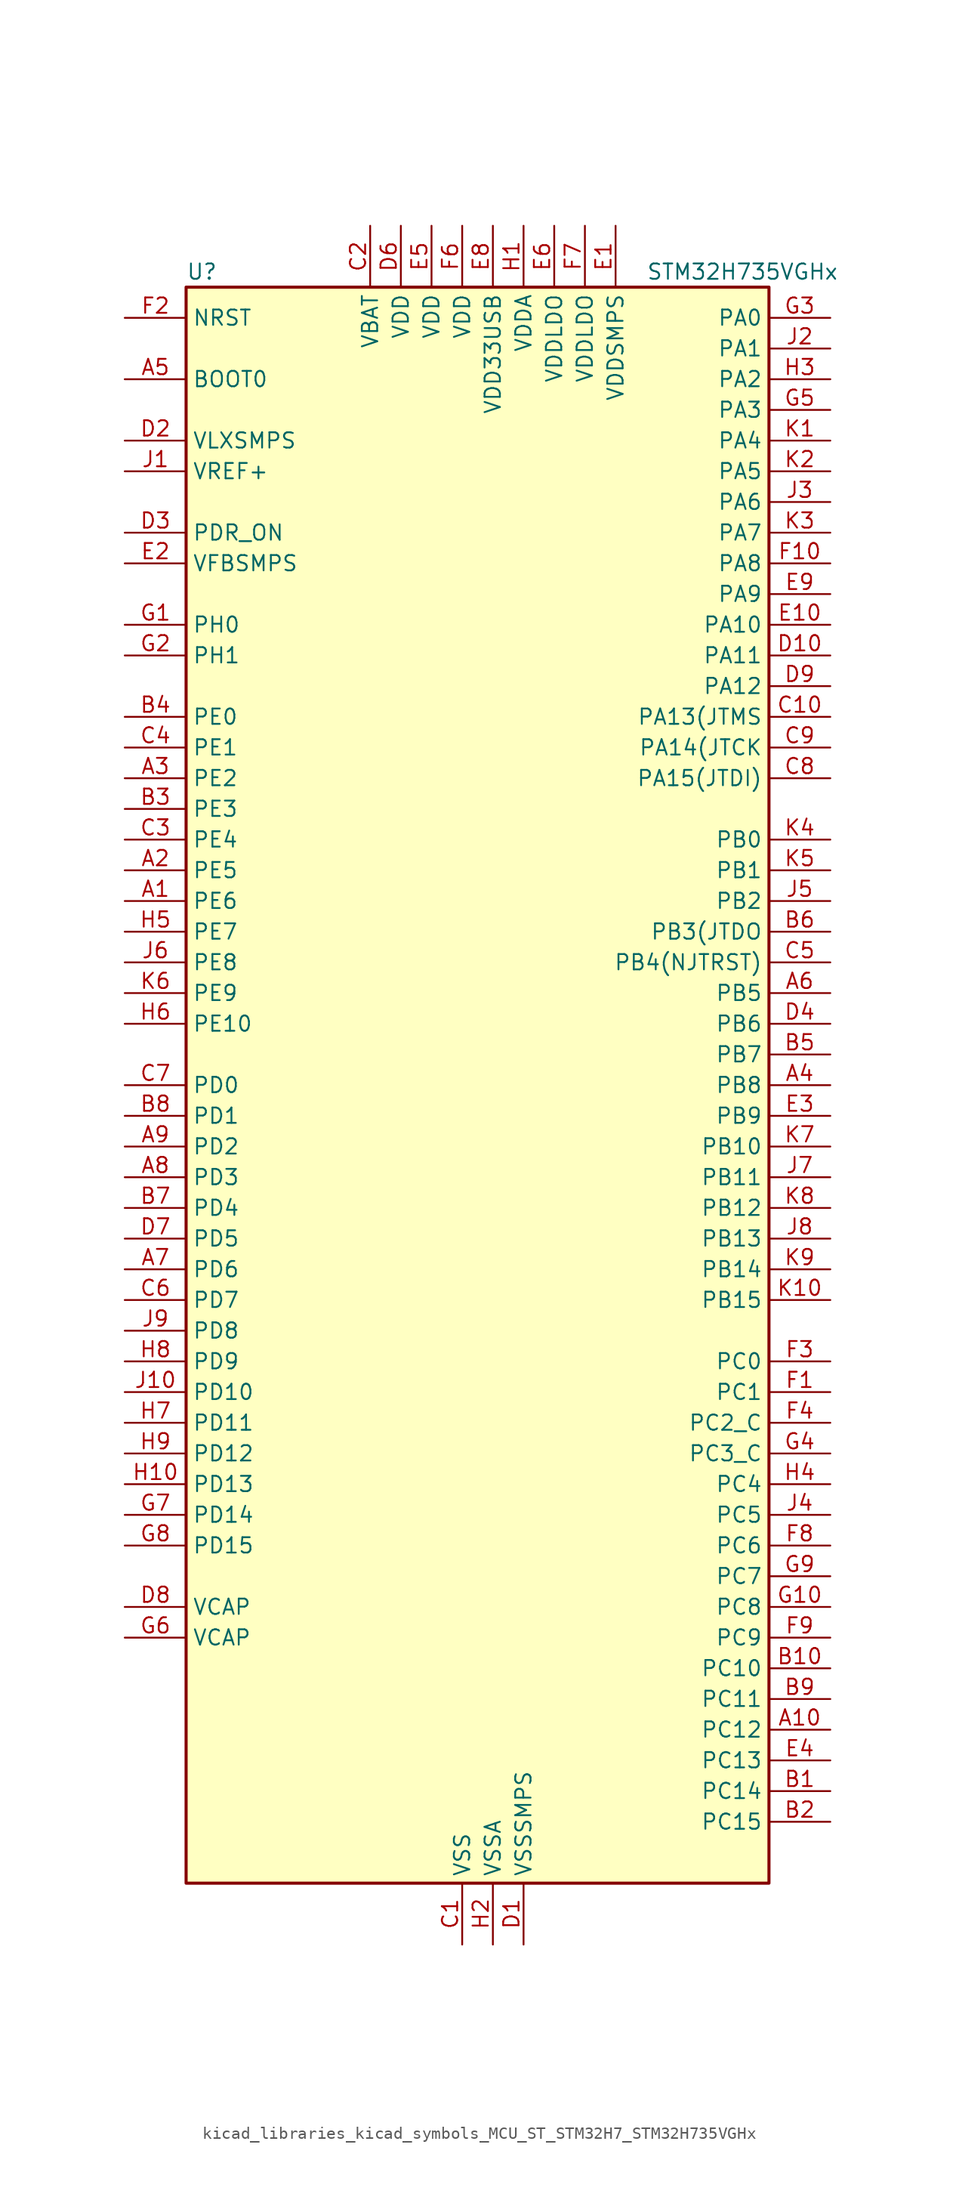
<source format=kicad_sym>
(kicad_symbol_lib
  (version 20220914)
  (generator kicad_symbol_editor)
  (symbol "kicad_libraries_kicad_symbols_MCU_ST_STM32H7_STM32H735VGHx"
    (property "Reference" "U"
      (at -22.86 67.31 0)
      (effects (font (size 1.27 1.27)) (justify left)))
    (property "Value" "STM32H735VGHx"
      (at 15.24 67.31 0)
      (effects (font (size 1.27 1.27)) (justify left)))
    (property "ki_locked" ""
      (at 0 0 0)
      (effects (font (size 1.27 1.27))))
    (symbol "kicad_libraries_kicad_symbols_MCU_ST_STM32H7_STM32H735VGHx_0_1"
      (rectangle (start -22.86 -66.04) (end 25.4 66.04) (stroke (width 0.254) (type default)) (fill (type background))))
    (symbol "kicad_libraries_kicad_symbols_MCU_ST_STM32H7_STM32H735VGHx_1_1"
      (pin bidirectional line (at -27.94 15.24 0) (length 5.08) (name "PE6" (effects (font (size 1.27 1.27)))) (number "A1" (effects (font (size 1.27 1.27)))) (alternate "DCMI_D7" bidirectional line) (alternate "DEBUG_TRACED3" bidirectional line) (alternate "FMC_A22" bidirectional line) (alternate "LTDC_G1" bidirectional line) (alternate "PSSI_D7" bidirectional line) (alternate "SAI1_D1" bidirectional line) (alternate "SAI1_SD_A" bidirectional line) (alternate "SAI4_D1" bidirectional line) (alternate "SAI4_MCLK_B" bidirectional line) (alternate "SAI4_SD_A" bidirectional line) (alternate "SPI4_MOSI" bidirectional line) (alternate "TIM15_CH2" bidirectional line) (alternate "TIM1_BKIN2" bidirectional line) (alternate "TIM1_BKIN2_COMP1" bidirectional line) (alternate "TIM1_BKIN2_COMP2" bidirectional line))
      (pin bidirectional line (at 30.48 -53.34 180) (length 5.08) (name "PC12" (effects (font (size 1.27 1.27)))) (number "A10" (effects (font (size 1.27 1.27)))) (alternate "DCMI_D9" bidirectional line) (alternate "DEBUG_TRACED3" bidirectional line) (alternate "FMC_D6" bidirectional line) (alternate "FMC_DA6" bidirectional line) (alternate "I2C5_SMBA" bidirectional line) (alternate "I2S3_SDO" bidirectional line) (alternate "I2S6_CK" bidirectional line) (alternate "LTDC_R6" bidirectional line) (alternate "PSSI_D9" bidirectional line) (alternate "SDMMC1_CK" bidirectional line) (alternate "SPI3_MOSI" bidirectional line) (alternate "SPI6_SCK" bidirectional line) (alternate "TIM15_CH1" bidirectional line) (alternate "UART5_TX" bidirectional line) (alternate "USART3_CK" bidirectional line))
      (pin bidirectional line (at -27.94 17.78 0) (length 5.08) (name "PE5" (effects (font (size 1.27 1.27)))) (number "A2" (effects (font (size 1.27 1.27)))) (alternate "DCMI_D6" bidirectional line) (alternate "DEBUG_TRACED2" bidirectional line) (alternate "DFSDM1_CKIN3" bidirectional line) (alternate "FMC_A21" bidirectional line) (alternate "LTDC_G0" bidirectional line) (alternate "PSSI_D6" bidirectional line) (alternate "SAI1_CK2" bidirectional line) (alternate "SAI1_SCK_A" bidirectional line) (alternate "SAI4_CK2" bidirectional line) (alternate "SAI4_SCK_A" bidirectional line) (alternate "SPI4_MISO" bidirectional line) (alternate "TIM15_CH1" bidirectional line))
      (pin bidirectional line (at -27.94 25.4 0) (length 5.08) (name "PE2" (effects (font (size 1.27 1.27)))) (number "A3" (effects (font (size 1.27 1.27)))) (alternate "DEBUG_TRACECLK" bidirectional line) (alternate "ETH_TXD3" bidirectional line) (alternate "FMC_A23" bidirectional line) (alternate "OCTOSPIM_P1_IO2" bidirectional line) (alternate "SAI1_CK1" bidirectional line) (alternate "SAI1_MCLK_A" bidirectional line) (alternate "SAI4_CK1" bidirectional line) (alternate "SAI4_MCLK_A" bidirectional line) (alternate "SPI4_SCK" bidirectional line) (alternate "USART10_RX" bidirectional line))
      (pin bidirectional line (at 30.48 0 180) (length 5.08) (name "PB8" (effects (font (size 1.27 1.27)))) (number "A4" (effects (font (size 1.27 1.27)))) (alternate "DCMI_D6" bidirectional line) (alternate "DFSDM1_CKIN7" bidirectional line) (alternate "ETH_TXD3" bidirectional line) (alternate "FDCAN1_RX" bidirectional line) (alternate "I2C1_SCL" bidirectional line) (alternate "I2C4_SCL" bidirectional line) (alternate "LTDC_B6" bidirectional line) (alternate "PSSI_D6" bidirectional line) (alternate "SDMMC1_CKIN" bidirectional line) (alternate "SDMMC1_D4" bidirectional line) (alternate "SDMMC2_D4" bidirectional line) (alternate "TIM16_CH1" bidirectional line) (alternate "TIM4_CH3" bidirectional line) (alternate "UART4_RX" bidirectional line))
      (pin input line (at -27.94 58.42 0) (length 5.08) (name "BOOT0" (effects (font (size 1.27 1.27)))) (number "A5" (effects (font (size 1.27 1.27)))))
      (pin bidirectional line (at 30.48 7.62 180) (length 5.08) (name "PB5" (effects (font (size 1.27 1.27)))) (number "A6" (effects (font (size 1.27 1.27)))) (alternate "DCMI_D10" bidirectional line) (alternate "ETH_PPS_OUT" bidirectional line) (alternate "FDCAN2_RX" bidirectional line) (alternate "FMC_SDCKE1" bidirectional line) (alternate "I2C1_SMBA" bidirectional line) (alternate "I2C4_SMBA" bidirectional line) (alternate "I2S1_SDO" bidirectional line) (alternate "I2S3_SDO" bidirectional line) (alternate "I2S6_SDO" bidirectional line) (alternate "LTDC_B5" bidirectional line) (alternate "PSSI_D10" bidirectional line) (alternate "SPI1_MOSI" bidirectional line) (alternate "SPI3_MOSI" bidirectional line) (alternate "SPI6_MOSI" bidirectional line) (alternate "TIM17_BKIN" bidirectional line) (alternate "TIM3_CH2" bidirectional line) (alternate "UART5_RX" bidirectional line) (alternate "USB_OTG_HS_ULPI_D7" bidirectional line))
      (pin bidirectional line (at -27.94 -15.24 0) (length 5.08) (name "PD6" (effects (font (size 1.27 1.27)))) (number "A7" (effects (font (size 1.27 1.27)))) (alternate "DCMI_D10" bidirectional line) (alternate "DFSDM1_CKIN4" bidirectional line) (alternate "DFSDM1_DATIN1" bidirectional line) (alternate "FMC_NWAIT" bidirectional line) (alternate "I2S3_SDO" bidirectional line) (alternate "LTDC_B2" bidirectional line) (alternate "OCTOSPIM_P1_IO6" bidirectional line) (alternate "PSSI_D10" bidirectional line) (alternate "SAI1_D1" bidirectional line) (alternate "SAI1_SD_A" bidirectional line) (alternate "SAI4_D1" bidirectional line) (alternate "SAI4_SD_A" bidirectional line) (alternate "SDMMC2_CK" bidirectional line) (alternate "SPI3_MOSI" bidirectional line) (alternate "USART2_RX" bidirectional line))
      (pin bidirectional line (at -27.94 -7.62 0) (length 5.08) (name "PD3" (effects (font (size 1.27 1.27)))) (number "A8" (effects (font (size 1.27 1.27)))) (alternate "DCMI_D5" bidirectional line) (alternate "DFSDM1_CKOUT" bidirectional line) (alternate "FMC_CLK" bidirectional line) (alternate "I2S2_CK" bidirectional line) (alternate "LTDC_G7" bidirectional line) (alternate "PSSI_D5" bidirectional line) (alternate "SPI2_SCK" bidirectional line) (alternate "USART2_CTS" bidirectional line) (alternate "USART2_NSS" bidirectional line))
      (pin bidirectional line (at -27.94 -5.08 0) (length 5.08) (name "PD2" (effects (font (size 1.27 1.27)))) (number "A9" (effects (font (size 1.27 1.27)))) (alternate "DCMI_D11" bidirectional line) (alternate "DEBUG_TRACED2" bidirectional line) (alternate "FMC_D7" bidirectional line) (alternate "FMC_DA7" bidirectional line) (alternate "LTDC_B2" bidirectional line) (alternate "LTDC_B7" bidirectional line) (alternate "PSSI_D11" bidirectional line) (alternate "SDMMC1_CMD" bidirectional line) (alternate "TIM15_BKIN" bidirectional line) (alternate "TIM3_ETR" bidirectional line) (alternate "UART5_RX" bidirectional line))
      (pin bidirectional line (at 30.48 -58.42 180) (length 5.08) (name "PC14" (effects (font (size 1.27 1.27)))) (number "B1" (effects (font (size 1.27 1.27)))) (alternate "RCC_OSC32_IN" bidirectional line))
      (pin bidirectional line (at 30.48 -48.26 180) (length 5.08) (name "PC10" (effects (font (size 1.27 1.27)))) (number "B10" (effects (font (size 1.27 1.27)))) (alternate "DCMI_D8" bidirectional line) (alternate "DFSDM1_CKIN5" bidirectional line) (alternate "I2C5_SDA" bidirectional line) (alternate "I2S3_CK" bidirectional line) (alternate "LTDC_B1" bidirectional line) (alternate "LTDC_R2" bidirectional line) (alternate "OCTOSPIM_P1_IO1" bidirectional line) (alternate "PSSI_D8" bidirectional line) (alternate "SDMMC1_D2" bidirectional line) (alternate "SPI3_SCK" bidirectional line) (alternate "SWPMI1_RX" bidirectional line) (alternate "UART4_TX" bidirectional line) (alternate "USART3_TX" bidirectional line))
      (pin bidirectional line (at 30.48 -60.96 180) (length 5.08) (name "PC15" (effects (font (size 1.27 1.27)))) (number "B2" (effects (font (size 1.27 1.27)))) (alternate "ADC1_EXTI15" bidirectional line) (alternate "ADC2_EXTI15" bidirectional line) (alternate "ADC3_EXTI15" bidirectional line) (alternate "RCC_OSC32_OUT" bidirectional line))
      (pin bidirectional line (at -27.94 22.86 0) (length 5.08) (name "PE3" (effects (font (size 1.27 1.27)))) (number "B3" (effects (font (size 1.27 1.27)))) (alternate "DEBUG_TRACED0" bidirectional line) (alternate "FMC_A19" bidirectional line) (alternate "SAI1_SD_B" bidirectional line) (alternate "SAI4_SD_B" bidirectional line) (alternate "TIM15_BKIN" bidirectional line) (alternate "USART10_TX" bidirectional line))
      (pin bidirectional line (at -27.94 30.48 0) (length 5.08) (name "PE0" (effects (font (size 1.27 1.27)))) (number "B4" (effects (font (size 1.27 1.27)))) (alternate "DCMI_D2" bidirectional line) (alternate "FMC_NBL0" bidirectional line) (alternate "LPTIM1_ETR" bidirectional line) (alternate "LPTIM2_ETR" bidirectional line) (alternate "LTDC_R0" bidirectional line) (alternate "PSSI_D2" bidirectional line) (alternate "SAI4_MCLK_A" bidirectional line) (alternate "TIM4_ETR" bidirectional line) (alternate "UART8_RX" bidirectional line))
      (pin bidirectional line (at 30.48 2.54 180) (length 5.08) (name "PB7" (effects (font (size 1.27 1.27)))) (number "B5" (effects (font (size 1.27 1.27)))) (alternate "DCMI_VSYNC" bidirectional line) (alternate "DFSDM1_CKIN5" bidirectional line) (alternate "FMC_NL" bidirectional line) (alternate "I2C1_SDA" bidirectional line) (alternate "I2C4_SDA" bidirectional line) (alternate "LPUART1_RX" bidirectional line) (alternate "PSSI_RDY" bidirectional line) (alternate "PWR_PVD_IN" bidirectional line) (alternate "TIM17_CH1N" bidirectional line) (alternate "TIM4_CH2" bidirectional line) (alternate "USART1_RX" bidirectional line))
      (pin bidirectional line (at 30.48 12.7 180) (length 5.08) (name "PB3(JTDO" (effects (font (size 1.27 1.27)))) (number "B6" (effects (font (size 1.27 1.27)))) (alternate "CRS_SYNC" bidirectional line) (alternate "DEBUG_JTDO-SWO" bidirectional line) (alternate "I2S1_CK" bidirectional line) (alternate "I2S3_CK" bidirectional line) (alternate "I2S6_CK" bidirectional line) (alternate "SDMMC2_D2" bidirectional line) (alternate "SPI1_SCK" bidirectional line) (alternate "SPI3_SCK" bidirectional line) (alternate "SPI6_SCK" bidirectional line) (alternate "TIM24_ETR" bidirectional line) (alternate "TIM2_CH2" bidirectional line) (alternate "UART7_RX" bidirectional line))
      (pin bidirectional line (at -27.94 -10.16 0) (length 5.08) (name "PD4" (effects (font (size 1.27 1.27)))) (number "B7" (effects (font (size 1.27 1.27)))) (alternate "FMC_NOE" bidirectional line) (alternate "OCTOSPIM_P1_IO4" bidirectional line) (alternate "USART2_DE" bidirectional line) (alternate "USART2_RTS" bidirectional line))
      (pin bidirectional line (at -27.94 -2.54 0) (length 5.08) (name "PD1" (effects (font (size 1.27 1.27)))) (number "B8" (effects (font (size 1.27 1.27)))) (alternate "DFSDM1_DATIN6" bidirectional line) (alternate "FDCAN1_TX" bidirectional line) (alternate "FMC_D3" bidirectional line) (alternate "FMC_DA3" bidirectional line) (alternate "UART4_TX" bidirectional line))
      (pin bidirectional line (at 30.48 -50.8 180) (length 5.08) (name "PC11" (effects (font (size 1.27 1.27)))) (number "B9" (effects (font (size 1.27 1.27)))) (alternate "ADC1_EXTI11" bidirectional line) (alternate "ADC2_EXTI11" bidirectional line) (alternate "ADC3_EXTI11" bidirectional line) (alternate "DCMI_D4" bidirectional line) (alternate "DFSDM1_DATIN5" bidirectional line) (alternate "I2C5_SCL" bidirectional line) (alternate "I2S3_SDI" bidirectional line) (alternate "LTDC_B4" bidirectional line) (alternate "OCTOSPIM_P1_NCS" bidirectional line) (alternate "PSSI_D4" bidirectional line) (alternate "SDMMC1_D3" bidirectional line) (alternate "SPI3_MISO" bidirectional line) (alternate "UART4_RX" bidirectional line) (alternate "USART3_RX" bidirectional line))
      (pin power_in line (at 0 -71.12 90) (length 5.08) (name "VSS" (effects (font (size 1.27 1.27)))) (number "C1" (effects (font (size 1.27 1.27)))))
      (pin bidirectional line (at 30.48 30.48 180) (length 5.08) (name "PA13(JTMS" (effects (font (size 1.27 1.27)))) (number "C10" (effects (font (size 1.27 1.27)))) (alternate "DEBUG_JTMS-SWDIO" bidirectional line))
      (pin power_in line (at -7.62 71.12 270) (length 5.08) (name "VBAT" (effects (font (size 1.27 1.27)))) (number "C2" (effects (font (size 1.27 1.27)))))
      (pin bidirectional line (at -27.94 20.32 0) (length 5.08) (name "PE4" (effects (font (size 1.27 1.27)))) (number "C3" (effects (font (size 1.27 1.27)))) (alternate "DCMI_D4" bidirectional line) (alternate "DEBUG_TRACED1" bidirectional line) (alternate "DFSDM1_DATIN3" bidirectional line) (alternate "FMC_A20" bidirectional line) (alternate "LTDC_B0" bidirectional line) (alternate "PSSI_D4" bidirectional line) (alternate "SAI1_D2" bidirectional line) (alternate "SAI1_FS_A" bidirectional line) (alternate "SAI4_D2" bidirectional line) (alternate "SAI4_FS_A" bidirectional line) (alternate "SPI4_NSS" bidirectional line) (alternate "TIM15_CH1N" bidirectional line))
      (pin bidirectional line (at -27.94 27.94 0) (length 5.08) (name "PE1" (effects (font (size 1.27 1.27)))) (number "C4" (effects (font (size 1.27 1.27)))) (alternate "DCMI_D3" bidirectional line) (alternate "FMC_NBL1" bidirectional line) (alternate "LPTIM1_IN2" bidirectional line) (alternate "LTDC_R6" bidirectional line) (alternate "PSSI_D3" bidirectional line) (alternate "UART8_TX" bidirectional line))
      (pin bidirectional line (at 30.48 10.16 180) (length 5.08) (name "PB4(NJTRST)" (effects (font (size 1.27 1.27)))) (number "C5" (effects (font (size 1.27 1.27)))) (alternate "DEBUG_JTRST" bidirectional line) (alternate "I2S1_SDI" bidirectional line) (alternate "I2S2_WS" bidirectional line) (alternate "I2S3_SDI" bidirectional line) (alternate "I2S6_SDI" bidirectional line) (alternate "SDMMC2_D3" bidirectional line) (alternate "SPI1_MISO" bidirectional line) (alternate "SPI2_NSS" bidirectional line) (alternate "SPI3_MISO" bidirectional line) (alternate "SPI6_MISO" bidirectional line) (alternate "TIM16_BKIN" bidirectional line) (alternate "TIM3_CH1" bidirectional line) (alternate "UART7_TX" bidirectional line))
      (pin bidirectional line (at -27.94 -17.78 0) (length 5.08) (name "PD7" (effects (font (size 1.27 1.27)))) (number "C6" (effects (font (size 1.27 1.27)))) (alternate "DFSDM1_CKIN1" bidirectional line) (alternate "DFSDM1_DATIN4" bidirectional line) (alternate "FMC_NE1" bidirectional line) (alternate "I2S1_SDO" bidirectional line) (alternate "OCTOSPIM_P1_IO7" bidirectional line) (alternate "SDMMC2_CMD" bidirectional line) (alternate "SPDIFRX1_IN0" bidirectional line) (alternate "SPI1_MOSI" bidirectional line) (alternate "USART2_CK" bidirectional line))
      (pin bidirectional line (at -27.94 0 0) (length 5.08) (name "PD0" (effects (font (size 1.27 1.27)))) (number "C7" (effects (font (size 1.27 1.27)))) (alternate "DFSDM1_CKIN6" bidirectional line) (alternate "FDCAN1_RX" bidirectional line) (alternate "FMC_D2" bidirectional line) (alternate "FMC_DA2" bidirectional line) (alternate "LTDC_B1" bidirectional line) (alternate "UART4_RX" bidirectional line) (alternate "UART9_CTS" bidirectional line))
      (pin bidirectional line (at 30.48 25.4 180) (length 5.08) (name "PA15(JTDI)" (effects (font (size 1.27 1.27)))) (number "C8" (effects (font (size 1.27 1.27)))) (alternate "ADC1_EXTI15" bidirectional line) (alternate "ADC2_EXTI15" bidirectional line) (alternate "ADC3_EXTI15" bidirectional line) (alternate "CEC" bidirectional line) (alternate "DEBUG_JTDI" bidirectional line) (alternate "I2S1_WS" bidirectional line) (alternate "I2S3_WS" bidirectional line) (alternate "I2S6_WS" bidirectional line) (alternate "LTDC_B6" bidirectional line) (alternate "LTDC_R3" bidirectional line) (alternate "SPI1_NSS" bidirectional line) (alternate "SPI3_NSS" bidirectional line) (alternate "SPI6_NSS" bidirectional line) (alternate "TIM2_CH1" bidirectional line) (alternate "TIM2_ETR" bidirectional line) (alternate "UART4_DE" bidirectional line) (alternate "UART4_RTS" bidirectional line) (alternate "UART7_TX" bidirectional line))
      (pin bidirectional line (at 30.48 27.94 180) (length 5.08) (name "PA14(JTCK" (effects (font (size 1.27 1.27)))) (number "C9" (effects (font (size 1.27 1.27)))) (alternate "DEBUG_JTCK-SWCLK" bidirectional line))
      (pin power_in line (at 5.08 -71.12 90) (length 5.08) (name "VSSSMPS" (effects (font (size 1.27 1.27)))) (number "D1" (effects (font (size 1.27 1.27)))))
      (pin bidirectional line (at 30.48 35.56 180) (length 5.08) (name "PA11" (effects (font (size 1.27 1.27)))) (number "D10" (effects (font (size 1.27 1.27)))) (alternate "ADC1_EXTI11" bidirectional line) (alternate "ADC2_EXTI11" bidirectional line) (alternate "ADC3_EXTI11" bidirectional line) (alternate "FDCAN1_RX" bidirectional line) (alternate "I2S2_WS" bidirectional line) (alternate "LPUART1_CTS" bidirectional line) (alternate "LTDC_R4" bidirectional line) (alternate "SPI2_NSS" bidirectional line) (alternate "TIM1_CH4" bidirectional line) (alternate "UART4_RX" bidirectional line) (alternate "USART1_CTS" bidirectional line) (alternate "USART1_NSS" bidirectional line) (alternate "USB_OTG_HS_DM" bidirectional line))
      (pin power_in line (at -27.94 53.34 0) (length 5.08) (name "VLXSMPS" (effects (font (size 1.27 1.27)))) (number "D2" (effects (font (size 1.27 1.27)))))
      (pin input line (at -27.94 45.72 0) (length 5.08) (name "PDR_ON" (effects (font (size 1.27 1.27)))) (number "D3" (effects (font (size 1.27 1.27)))))
      (pin bidirectional line (at 30.48 5.08 180) (length 5.08) (name "PB6" (effects (font (size 1.27 1.27)))) (number "D4" (effects (font (size 1.27 1.27)))) (alternate "CEC" bidirectional line) (alternate "DCMI_D5" bidirectional line) (alternate "DFSDM1_DATIN5" bidirectional line) (alternate "FDCAN2_TX" bidirectional line) (alternate "FMC_SDNE1" bidirectional line) (alternate "I2C1_SCL" bidirectional line) (alternate "I2C4_SCL" bidirectional line) (alternate "LPUART1_TX" bidirectional line) (alternate "OCTOSPIM_P1_NCS" bidirectional line) (alternate "PSSI_D5" bidirectional line) (alternate "TIM16_CH1N" bidirectional line) (alternate "TIM4_CH1" bidirectional line) (alternate "UART5_TX" bidirectional line) (alternate "USART1_TX" bidirectional line))
      (pin passive line (at 0 -71.12 90) (length 5.08) hide (name "VSS" (effects (font (size 1.27 1.27)))) (number "D5" (effects (font (size 1.27 1.27)))))
      (pin power_in line (at -5.08 71.12 270) (length 5.08) (name "VDD" (effects (font (size 1.27 1.27)))) (number "D6" (effects (font (size 1.27 1.27)))))
      (pin bidirectional line (at -27.94 -12.7 0) (length 5.08) (name "PD5" (effects (font (size 1.27 1.27)))) (number "D7" (effects (font (size 1.27 1.27)))) (alternate "FMC_NWE" bidirectional line) (alternate "OCTOSPIM_P1_IO5" bidirectional line) (alternate "USART2_TX" bidirectional line))
      (pin power_out line (at -27.94 -43.18 0) (length 5.08) (name "VCAP" (effects (font (size 1.27 1.27)))) (number "D8" (effects (font (size 1.27 1.27)))))
      (pin bidirectional line (at 30.48 33.02 180) (length 5.08) (name "PA12" (effects (font (size 1.27 1.27)))) (number "D9" (effects (font (size 1.27 1.27)))) (alternate "FDCAN1_TX" bidirectional line) (alternate "I2S2_CK" bidirectional line) (alternate "LPUART1_DE" bidirectional line) (alternate "LPUART1_RTS" bidirectional line) (alternate "LTDC_R5" bidirectional line) (alternate "SAI4_FS_B" bidirectional line) (alternate "SPI2_SCK" bidirectional line) (alternate "TIM1_BKIN2" bidirectional line) (alternate "TIM1_ETR" bidirectional line) (alternate "UART4_TX" bidirectional line) (alternate "USART1_DE" bidirectional line) (alternate "USART1_RTS" bidirectional line) (alternate "USB_OTG_HS_DP" bidirectional line))
      (pin power_in line (at 12.7 71.12 270) (length 5.08) (name "VDDSMPS" (effects (font (size 1.27 1.27)))) (number "E1" (effects (font (size 1.27 1.27)))))
      (pin bidirectional line (at 30.48 38.1 180) (length 5.08) (name "PA10" (effects (font (size 1.27 1.27)))) (number "E10" (effects (font (size 1.27 1.27)))) (alternate "DCMI_D1" bidirectional line) (alternate "LPUART1_RX" bidirectional line) (alternate "LTDC_B1" bidirectional line) (alternate "LTDC_B4" bidirectional line) (alternate "MDIOS_MDIO" bidirectional line) (alternate "PSSI_D1" bidirectional line) (alternate "TIM1_CH3" bidirectional line) (alternate "USART1_RX" bidirectional line) (alternate "USB_OTG_HS_ID" bidirectional line))
      (pin input line (at -27.94 43.18 0) (length 5.08) (name "VFBSMPS" (effects (font (size 1.27 1.27)))) (number "E2" (effects (font (size 1.27 1.27)))))
      (pin bidirectional line (at 30.48 -2.54 180) (length 5.08) (name "PB9" (effects (font (size 1.27 1.27)))) (number "E3" (effects (font (size 1.27 1.27)))) (alternate "DAC1_EXTI9" bidirectional line) (alternate "DCMI_D7" bidirectional line) (alternate "DFSDM1_DATIN7" bidirectional line) (alternate "FDCAN1_TX" bidirectional line) (alternate "I2C1_SDA" bidirectional line) (alternate "I2C4_SDA" bidirectional line) (alternate "I2C4_SMBA" bidirectional line) (alternate "I2S2_WS" bidirectional line) (alternate "LTDC_B7" bidirectional line) (alternate "PSSI_D7" bidirectional line) (alternate "SDMMC1_CDIR" bidirectional line) (alternate "SDMMC1_D5" bidirectional line) (alternate "SDMMC2_D5" bidirectional line) (alternate "SPI2_NSS" bidirectional line) (alternate "TIM17_CH1" bidirectional line) (alternate "TIM4_CH4" bidirectional line) (alternate "UART4_TX" bidirectional line))
      (pin bidirectional line (at 30.48 -55.88 180) (length 5.08) (name "PC13" (effects (font (size 1.27 1.27)))) (number "E4" (effects (font (size 1.27 1.27)))) (alternate "PWR_WKUP4" bidirectional line) (alternate "RTC_OUT_ALARM" bidirectional line) (alternate "RTC_OUT_CALIB" bidirectional line) (alternate "RTC_TAMP1" bidirectional line) (alternate "RTC_TS" bidirectional line))
      (pin power_in line (at -2.54 71.12 270) (length 5.08) (name "VDD" (effects (font (size 1.27 1.27)))) (number "E5" (effects (font (size 1.27 1.27)))))
      (pin power_in line (at 7.62 71.12 270) (length 5.08) (name "VDDLDO" (effects (font (size 1.27 1.27)))) (number "E6" (effects (font (size 1.27 1.27)))))
      (pin passive line (at 0 -71.12 90) (length 5.08) hide (name "VSS" (effects (font (size 1.27 1.27)))) (number "E7" (effects (font (size 1.27 1.27)))))
      (pin power_in line (at 2.54 71.12 270) (length 5.08) (name "VDD33USB" (effects (font (size 1.27 1.27)))) (number "E8" (effects (font (size 1.27 1.27)))))
      (pin bidirectional line (at 30.48 40.64 180) (length 5.08) (name "PA9" (effects (font (size 1.27 1.27)))) (number "E9" (effects (font (size 1.27 1.27)))) (alternate "DAC1_EXTI9" bidirectional line) (alternate "DCMI_D0" bidirectional line) (alternate "ETH_TX_ER" bidirectional line) (alternate "I2C3_SMBA" bidirectional line) (alternate "I2C5_SMBA" bidirectional line) (alternate "I2S2_CK" bidirectional line) (alternate "LPUART1_TX" bidirectional line) (alternate "LTDC_R5" bidirectional line) (alternate "PSSI_D0" bidirectional line) (alternate "SPI2_SCK" bidirectional line) (alternate "TIM1_CH2" bidirectional line) (alternate "USART1_TX" bidirectional line) (alternate "USB_OTG_HS_VBUS" bidirectional line))
      (pin bidirectional line (at 30.48 -25.4 180) (length 5.08) (name "PC1" (effects (font (size 1.27 1.27)))) (number "F1" (effects (font (size 1.27 1.27)))) (alternate "ADC1_INN10" bidirectional line) (alternate "ADC1_INP11" bidirectional line) (alternate "ADC2_INN10" bidirectional line) (alternate "ADC2_INP11" bidirectional line) (alternate "ADC3_INN10" bidirectional line) (alternate "ADC3_INP11" bidirectional line) (alternate "DEBUG_TRACED0" bidirectional line) (alternate "DFSDM1_CKIN4" bidirectional line) (alternate "DFSDM1_DATIN0" bidirectional line) (alternate "ETH_MDC" bidirectional line) (alternate "I2S2_SDO" bidirectional line) (alternate "LTDC_G5" bidirectional line) (alternate "MDIOS_MDC" bidirectional line) (alternate "OCTOSPIM_P1_IO4" bidirectional line) (alternate "PWR_WKUP6" bidirectional line) (alternate "RTC_TAMP3" bidirectional line) (alternate "SAI1_D1" bidirectional line) (alternate "SAI1_SD_A" bidirectional line) (alternate "SAI4_D1" bidirectional line) (alternate "SAI4_SD_A" bidirectional line) (alternate "SDMMC2_CK" bidirectional line) (alternate "SPI2_MOSI" bidirectional line))
      (pin bidirectional line (at 30.48 43.18 180) (length 5.08) (name "PA8" (effects (font (size 1.27 1.27)))) (number "F10" (effects (font (size 1.27 1.27)))) (alternate "I2C3_SCL" bidirectional line) (alternate "I2C5_SCL" bidirectional line) (alternate "LTDC_B3" bidirectional line) (alternate "LTDC_R6" bidirectional line) (alternate "RCC_MCO_1" bidirectional line) (alternate "TIM1_CH1" bidirectional line) (alternate "TIM8_BKIN2" bidirectional line) (alternate "TIM8_BKIN2_COMP1" bidirectional line) (alternate "TIM8_BKIN2_COMP2" bidirectional line) (alternate "UART7_RX" bidirectional line) (alternate "USART1_CK" bidirectional line) (alternate "USB_OTG_HS_SOF" bidirectional line))
      (pin input line (at -27.94 63.5 0) (length 5.08) (name "NRST" (effects (font (size 1.27 1.27)))) (number "F2" (effects (font (size 1.27 1.27)))))
      (pin bidirectional line (at 30.48 -22.86 180) (length 5.08) (name "PC0" (effects (font (size 1.27 1.27)))) (number "F3" (effects (font (size 1.27 1.27)))) (alternate "ADC1_INP10" bidirectional line) (alternate "ADC2_INP10" bidirectional line) (alternate "ADC3_INP10" bidirectional line) (alternate "DFSDM1_CKIN0" bidirectional line) (alternate "DFSDM1_DATIN4" bidirectional line) (alternate "FMC_A25" bidirectional line) (alternate "FMC_D12" bidirectional line) (alternate "FMC_DA12" bidirectional line) (alternate "FMC_SDNWE" bidirectional line) (alternate "LTDC_G2" bidirectional line) (alternate "LTDC_R5" bidirectional line) (alternate "SAI4_FS_B" bidirectional line) (alternate "USB_OTG_HS_ULPI_STP" bidirectional line))
      (pin bidirectional line (at 30.48 -27.94 180) (length 5.08) (name "PC2_C" (effects (font (size 1.27 1.27)))) (number "F4" (effects (font (size 1.27 1.27)))) (alternate "ADC3_INN1" bidirectional line) (alternate "ADC3_INP0" bidirectional line) (alternate "DFSDM1_CKIN1" bidirectional line) (alternate "DFSDM1_CKOUT" bidirectional line) (alternate "ETH_TXD2" bidirectional line) (alternate "FMC_SDNE0" bidirectional line) (alternate "I2S2_SDI" bidirectional line) (alternate "OCTOSPIM_P1_IO2" bidirectional line) (alternate "OCTOSPIM_P1_IO5" bidirectional line) (alternate "PWR_CSTOP" bidirectional line) (alternate "SPI2_MISO" bidirectional line) (alternate "USB_OTG_HS_ULPI_DIR" bidirectional line))
      (pin passive line (at 0 -71.12 90) (length 5.08) hide (name "VSS" (effects (font (size 1.27 1.27)))) (number "F5" (effects (font (size 1.27 1.27)))))
      (pin power_in line (at 0 71.12 270) (length 5.08) (name "VDD" (effects (font (size 1.27 1.27)))) (number "F6" (effects (font (size 1.27 1.27)))))
      (pin power_in line (at 10.16 71.12 270) (length 5.08) (name "VDDLDO" (effects (font (size 1.27 1.27)))) (number "F7" (effects (font (size 1.27 1.27)))))
      (pin bidirectional line (at 30.48 -38.1 180) (length 5.08) (name "PC6" (effects (font (size 1.27 1.27)))) (number "F8" (effects (font (size 1.27 1.27)))) (alternate "DCMI_D0" bidirectional line) (alternate "DFSDM1_CKIN3" bidirectional line) (alternate "FMC_NWAIT" bidirectional line) (alternate "I2S2_MCK" bidirectional line) (alternate "LTDC_HSYNC" bidirectional line) (alternate "PSSI_D0" bidirectional line) (alternate "SDMMC1_D0DIR" bidirectional line) (alternate "SDMMC1_D6" bidirectional line) (alternate "SDMMC2_D6" bidirectional line) (alternate "SWPMI1_IO" bidirectional line) (alternate "TIM3_CH1" bidirectional line) (alternate "TIM8_CH1" bidirectional line) (alternate "USART6_TX" bidirectional line))
      (pin bidirectional line (at 30.48 -45.72 180) (length 5.08) (name "PC9" (effects (font (size 1.27 1.27)))) (number "F9" (effects (font (size 1.27 1.27)))) (alternate "DAC1_EXTI9" bidirectional line) (alternate "DCMI_D3" bidirectional line) (alternate "I2C3_SDA" bidirectional line) (alternate "I2C5_SDA" bidirectional line) (alternate "I2S_CKIN" bidirectional line) (alternate "LTDC_B2" bidirectional line) (alternate "LTDC_G3" bidirectional line) (alternate "OCTOSPIM_P1_IO0" bidirectional line) (alternate "PSSI_D3" bidirectional line) (alternate "RCC_MCO_2" bidirectional line) (alternate "SDMMC1_D1" bidirectional line) (alternate "SWPMI1_SUSPEND" bidirectional line) (alternate "TIM3_CH4" bidirectional line) (alternate "TIM8_CH4" bidirectional line) (alternate "UART5_CTS" bidirectional line))
      (pin bidirectional line (at -27.94 38.1 0) (length 5.08) (name "PH0" (effects (font (size 1.27 1.27)))) (number "G1" (effects (font (size 1.27 1.27)))) (alternate "RCC_OSC_IN" bidirectional line))
      (pin bidirectional line (at 30.48 -43.18 180) (length 5.08) (name "PC8" (effects (font (size 1.27 1.27)))) (number "G10" (effects (font (size 1.27 1.27)))) (alternate "DCMI_D2" bidirectional line) (alternate "DEBUG_TRACED1" bidirectional line) (alternate "FMC_INT" bidirectional line) (alternate "FMC_NCE" bidirectional line) (alternate "FMC_NE2" bidirectional line) (alternate "PSSI_D2" bidirectional line) (alternate "SDMMC1_D0" bidirectional line) (alternate "SWPMI1_RX" bidirectional line) (alternate "TIM3_CH3" bidirectional line) (alternate "TIM8_CH3" bidirectional line) (alternate "UART5_DE" bidirectional line) (alternate "UART5_RTS" bidirectional line) (alternate "USART6_CK" bidirectional line))
      (pin bidirectional line (at -27.94 35.56 0) (length 5.08) (name "PH1" (effects (font (size 1.27 1.27)))) (number "G2" (effects (font (size 1.27 1.27)))) (alternate "RCC_OSC_OUT" bidirectional line))
      (pin bidirectional line (at 30.48 63.5 180) (length 5.08) (name "PA0" (effects (font (size 1.27 1.27)))) (number "G3" (effects (font (size 1.27 1.27)))) (alternate "ADC1_INP16" bidirectional line) (alternate "ETH_CRS" bidirectional line) (alternate "FMC_A19" bidirectional line) (alternate "I2S6_WS" bidirectional line) (alternate "PWR_WKUP1" bidirectional line) (alternate "SAI4_SD_B" bidirectional line) (alternate "SDMMC2_CMD" bidirectional line) (alternate "SPI6_NSS" bidirectional line) (alternate "TIM15_BKIN" bidirectional line) (alternate "TIM2_CH1" bidirectional line) (alternate "TIM2_ETR" bidirectional line) (alternate "TIM5_CH1" bidirectional line) (alternate "TIM8_ETR" bidirectional line) (alternate "UART4_TX" bidirectional line) (alternate "USART2_CTS" bidirectional line) (alternate "USART2_NSS" bidirectional line))
      (pin bidirectional line (at 30.48 -30.48 180) (length 5.08) (name "PC3_C" (effects (font (size 1.27 1.27)))) (number "G4" (effects (font (size 1.27 1.27)))) (alternate "ADC3_INP1" bidirectional line) (alternate "DFSDM1_DATIN1" bidirectional line) (alternate "ETH_TX_CLK" bidirectional line) (alternate "FMC_SDCKE0" bidirectional line) (alternate "I2S2_SDO" bidirectional line) (alternate "OCTOSPIM_P1_IO0" bidirectional line) (alternate "OCTOSPIM_P1_IO6" bidirectional line) (alternate "PWR_CSLEEP" bidirectional line) (alternate "SPI2_MOSI" bidirectional line) (alternate "USB_OTG_HS_ULPI_NXT" bidirectional line))
      (pin bidirectional line (at 30.48 55.88 180) (length 5.08) (name "PA3" (effects (font (size 1.27 1.27)))) (number "G5" (effects (font (size 1.27 1.27)))) (alternate "ADC1_INP15" bidirectional line) (alternate "ADC2_INP15" bidirectional line) (alternate "ETH_COL" bidirectional line) (alternate "I2S6_MCK" bidirectional line) (alternate "LPTIM5_OUT" bidirectional line) (alternate "LTDC_B2" bidirectional line) (alternate "LTDC_B5" bidirectional line) (alternate "OCTOSPIM_P1_CLK" bidirectional line) (alternate "OCTOSPIM_P1_IO2" bidirectional line) (alternate "TIM15_CH2" bidirectional line) (alternate "TIM2_CH4" bidirectional line) (alternate "TIM5_CH4" bidirectional line) (alternate "USART2_RX" bidirectional line) (alternate "USB_OTG_HS_ULPI_D0" bidirectional line))
      (pin power_out line (at -27.94 -45.72 0) (length 5.08) (name "VCAP" (effects (font (size 1.27 1.27)))) (number "G6" (effects (font (size 1.27 1.27)))))
      (pin bidirectional line (at -27.94 -35.56 0) (length 5.08) (name "PD14" (effects (font (size 1.27 1.27)))) (number "G7" (effects (font (size 1.27 1.27)))) (alternate "FMC_D0" bidirectional line) (alternate "FMC_DA0" bidirectional line) (alternate "TIM4_CH3" bidirectional line) (alternate "UART8_CTS" bidirectional line) (alternate "UART9_RX" bidirectional line))
      (pin bidirectional line (at -27.94 -38.1 0) (length 5.08) (name "PD15" (effects (font (size 1.27 1.27)))) (number "G8" (effects (font (size 1.27 1.27)))) (alternate "ADC1_EXTI15" bidirectional line) (alternate "ADC2_EXTI15" bidirectional line) (alternate "ADC3_EXTI15" bidirectional line) (alternate "FMC_D1" bidirectional line) (alternate "FMC_DA1" bidirectional line) (alternate "TIM4_CH4" bidirectional line) (alternate "UART8_DE" bidirectional line) (alternate "UART8_RTS" bidirectional line) (alternate "UART9_TX" bidirectional line))
      (pin bidirectional line (at 30.48 -40.64 180) (length 5.08) (name "PC7" (effects (font (size 1.27 1.27)))) (number "G9" (effects (font (size 1.27 1.27)))) (alternate "DCMI_D1" bidirectional line) (alternate "DEBUG_TRGIO" bidirectional line) (alternate "DFSDM1_DATIN3" bidirectional line) (alternate "FMC_NE1" bidirectional line) (alternate "I2S3_MCK" bidirectional line) (alternate "LTDC_G6" bidirectional line) (alternate "PSSI_D1" bidirectional line) (alternate "SDMMC1_D123DIR" bidirectional line) (alternate "SDMMC1_D7" bidirectional line) (alternate "SDMMC2_D7" bidirectional line) (alternate "SWPMI1_TX" bidirectional line) (alternate "TIM3_CH2" bidirectional line) (alternate "TIM8_CH2" bidirectional line) (alternate "USART6_RX" bidirectional line))
      (pin power_in line (at 5.08 71.12 270) (length 5.08) (name "VDDA" (effects (font (size 1.27 1.27)))) (number "H1" (effects (font (size 1.27 1.27)))))
      (pin bidirectional line (at -27.94 -33.02 0) (length 5.08) (name "PD13" (effects (font (size 1.27 1.27)))) (number "H10" (effects (font (size 1.27 1.27)))) (alternate "DCMI_D13" bidirectional line) (alternate "FDCAN3_TX" bidirectional line) (alternate "FMC_A18" bidirectional line) (alternate "I2C4_SDA" bidirectional line) (alternate "LPTIM1_OUT" bidirectional line) (alternate "OCTOSPIM_P1_IO3" bidirectional line) (alternate "PSSI_D13" bidirectional line) (alternate "SAI4_SCK_A" bidirectional line) (alternate "TIM4_CH2" bidirectional line) (alternate "UART9_DE" bidirectional line) (alternate "UART9_RTS" bidirectional line))
      (pin power_in line (at 2.54 -71.12 90) (length 5.08) (name "VSSA" (effects (font (size 1.27 1.27)))) (number "H2" (effects (font (size 1.27 1.27)))))
      (pin bidirectional line (at 30.48 58.42 180) (length 5.08) (name "PA2" (effects (font (size 1.27 1.27)))) (number "H3" (effects (font (size 1.27 1.27)))) (alternate "ADC1_INP14" bidirectional line) (alternate "ADC2_INP14" bidirectional line) (alternate "ETH_MDIO" bidirectional line) (alternate "LPTIM4_OUT" bidirectional line) (alternate "LTDC_R1" bidirectional line) (alternate "MDIOS_MDIO" bidirectional line) (alternate "OCTOSPIM_P1_IO0" bidirectional line) (alternate "PWR_WKUP2" bidirectional line) (alternate "SAI4_SCK_B" bidirectional line) (alternate "TIM15_CH1" bidirectional line) (alternate "TIM2_CH3" bidirectional line) (alternate "TIM5_CH3" bidirectional line) (alternate "USART2_TX" bidirectional line))
      (pin bidirectional line (at 30.48 -33.02 180) (length 5.08) (name "PC4" (effects (font (size 1.27 1.27)))) (number "H4" (effects (font (size 1.27 1.27)))) (alternate "ADC1_INP4" bidirectional line) (alternate "ADC2_INP4" bidirectional line) (alternate "COMP1_INM" bidirectional line) (alternate "DFSDM1_CKIN2" bidirectional line) (alternate "ETH_RXD0" bidirectional line) (alternate "FMC_A22" bidirectional line) (alternate "FMC_SDNE0" bidirectional line) (alternate "I2S1_MCK" bidirectional line) (alternate "LTDC_R7" bidirectional line) (alternate "OPAMP1_VOUT" bidirectional line) (alternate "SDMMC2_CKIN" bidirectional line) (alternate "SPDIFRX1_IN2" bidirectional line))
      (pin bidirectional line (at -27.94 12.7 0) (length 5.08) (name "PE7" (effects (font (size 1.27 1.27)))) (number "H5" (effects (font (size 1.27 1.27)))) (alternate "COMP2_INM" bidirectional line) (alternate "DFSDM1_DATIN2" bidirectional line) (alternate "FMC_D4" bidirectional line) (alternate "FMC_DA4" bidirectional line) (alternate "OCTOSPIM_P1_IO4" bidirectional line) (alternate "OPAMP2_VOUT" bidirectional line) (alternate "TIM1_ETR" bidirectional line) (alternate "UART7_RX" bidirectional line))
      (pin bidirectional line (at -27.94 5.08 0) (length 5.08) (name "PE10" (effects (font (size 1.27 1.27)))) (number "H6" (effects (font (size 1.27 1.27)))) (alternate "COMP2_INM" bidirectional line) (alternate "DFSDM1_DATIN4" bidirectional line) (alternate "FMC_D7" bidirectional line) (alternate "FMC_DA7" bidirectional line) (alternate "OCTOSPIM_P1_IO7" bidirectional line) (alternate "TIM1_CH2N" bidirectional line) (alternate "UART7_CTS" bidirectional line))
      (pin bidirectional line (at -27.94 -27.94 0) (length 5.08) (name "PD11" (effects (font (size 1.27 1.27)))) (number "H7" (effects (font (size 1.27 1.27)))) (alternate "ADC1_EXTI11" bidirectional line) (alternate "ADC2_EXTI11" bidirectional line) (alternate "ADC3_EXTI11" bidirectional line) (alternate "FMC_A16" bidirectional line) (alternate "FMC_CLE" bidirectional line) (alternate "I2C4_SMBA" bidirectional line) (alternate "LPTIM2_IN2" bidirectional line) (alternate "OCTOSPIM_P1_IO0" bidirectional line) (alternate "SAI4_SD_A" bidirectional line) (alternate "USART3_CTS" bidirectional line) (alternate "USART3_NSS" bidirectional line))
      (pin bidirectional line (at -27.94 -22.86 0) (length 5.08) (name "PD9" (effects (font (size 1.27 1.27)))) (number "H8" (effects (font (size 1.27 1.27)))) (alternate "DAC1_EXTI9" bidirectional line) (alternate "DFSDM1_DATIN3" bidirectional line) (alternate "FMC_D14" bidirectional line) (alternate "FMC_DA14" bidirectional line) (alternate "USART3_RX" bidirectional line))
      (pin bidirectional line (at -27.94 -30.48 0) (length 5.08) (name "PD12" (effects (font (size 1.27 1.27)))) (number "H9" (effects (font (size 1.27 1.27)))) (alternate "DCMI_D12" bidirectional line) (alternate "FDCAN3_RX" bidirectional line) (alternate "FMC_A17" bidirectional line) (alternate "FMC_ALE" bidirectional line) (alternate "I2C4_SCL" bidirectional line) (alternate "LPTIM1_IN1" bidirectional line) (alternate "LPTIM2_IN1" bidirectional line) (alternate "OCTOSPIM_P1_IO1" bidirectional line) (alternate "PSSI_D12" bidirectional line) (alternate "SAI4_FS_A" bidirectional line) (alternate "TIM4_CH1" bidirectional line) (alternate "USART3_DE" bidirectional line) (alternate "USART3_RTS" bidirectional line))
      (pin input line (at -27.94 50.8 0) (length 5.08) (name "VREF+" (effects (font (size 1.27 1.27)))) (number "J1" (effects (font (size 1.27 1.27)))) (alternate "VREFBUF_OUT" bidirectional line))
      (pin bidirectional line (at -27.94 -25.4 0) (length 5.08) (name "PD10" (effects (font (size 1.27 1.27)))) (number "J10" (effects (font (size 1.27 1.27)))) (alternate "DFSDM1_CKOUT" bidirectional line) (alternate "FMC_D15" bidirectional line) (alternate "FMC_DA15" bidirectional line) (alternate "LTDC_B3" bidirectional line) (alternate "USART3_CK" bidirectional line))
      (pin bidirectional line (at 30.48 60.96 180) (length 5.08) (name "PA1" (effects (font (size 1.27 1.27)))) (number "J2" (effects (font (size 1.27 1.27)))) (alternate "ADC1_INN16" bidirectional line) (alternate "ADC1_INP17" bidirectional line) (alternate "ETH_REF_CLK" bidirectional line) (alternate "ETH_RX_CLK" bidirectional line) (alternate "LPTIM3_OUT" bidirectional line) (alternate "LTDC_R2" bidirectional line) (alternate "OCTOSPIM_P1_DQS" bidirectional line) (alternate "OCTOSPIM_P1_IO3" bidirectional line) (alternate "SAI4_MCLK_B" bidirectional line) (alternate "TIM15_CH1N" bidirectional line) (alternate "TIM2_CH2" bidirectional line) (alternate "TIM5_CH2" bidirectional line) (alternate "UART4_RX" bidirectional line) (alternate "USART2_DE" bidirectional line) (alternate "USART2_RTS" bidirectional line))
      (pin bidirectional line (at 30.48 48.26 180) (length 5.08) (name "PA6" (effects (font (size 1.27 1.27)))) (number "J3" (effects (font (size 1.27 1.27)))) (alternate "ADC1_INP3" bidirectional line) (alternate "ADC2_INP3" bidirectional line) (alternate "DCMI_PIXCLK" bidirectional line) (alternate "I2S1_SDI" bidirectional line) (alternate "I2S6_SDI" bidirectional line) (alternate "LTDC_G2" bidirectional line) (alternate "MDIOS_MDC" bidirectional line) (alternate "OCTOSPIM_P1_IO3" bidirectional line) (alternate "PSSI_PDCK" bidirectional line) (alternate "SPI1_MISO" bidirectional line) (alternate "SPI6_MISO" bidirectional line) (alternate "TIM13_CH1" bidirectional line) (alternate "TIM1_BKIN" bidirectional line) (alternate "TIM1_BKIN_COMP1" bidirectional line) (alternate "TIM1_BKIN_COMP2" bidirectional line) (alternate "TIM3_CH1" bidirectional line) (alternate "TIM8_BKIN" bidirectional line) (alternate "TIM8_BKIN_COMP1" bidirectional line) (alternate "TIM8_BKIN_COMP2" bidirectional line))
      (pin bidirectional line (at 30.48 -35.56 180) (length 5.08) (name "PC5" (effects (font (size 1.27 1.27)))) (number "J4" (effects (font (size 1.27 1.27)))) (alternate "ADC1_INN4" bidirectional line) (alternate "ADC1_INP8" bidirectional line) (alternate "ADC2_INN4" bidirectional line) (alternate "ADC2_INP8" bidirectional line) (alternate "COMP1_OUT" bidirectional line) (alternate "DFSDM1_DATIN2" bidirectional line) (alternate "ETH_RXD1" bidirectional line) (alternate "FMC_SDCKE0" bidirectional line) (alternate "LTDC_DE" bidirectional line) (alternate "OCTOSPIM_P1_DQS" bidirectional line) (alternate "OPAMP1_VINM" bidirectional line) (alternate "PSSI_D15" bidirectional line) (alternate "SAI1_D3" bidirectional line) (alternate "SAI4_D3" bidirectional line) (alternate "SPDIFRX1_IN3" bidirectional line))
      (pin bidirectional line (at 30.48 15.24 180) (length 5.08) (name "PB2" (effects (font (size 1.27 1.27)))) (number "J5" (effects (font (size 1.27 1.27)))) (alternate "COMP1_INP" bidirectional line) (alternate "DFSDM1_CKIN1" bidirectional line) (alternate "ETH_TX_ER" bidirectional line) (alternate "I2S3_SDO" bidirectional line) (alternate "OCTOSPIM_P1_CLK" bidirectional line) (alternate "OCTOSPIM_P1_DQS" bidirectional line) (alternate "RTC_OUT_ALARM" bidirectional line) (alternate "RTC_OUT_CALIB" bidirectional line) (alternate "SAI1_D1" bidirectional line) (alternate "SAI1_SD_A" bidirectional line) (alternate "SAI4_D1" bidirectional line) (alternate "SAI4_SD_A" bidirectional line) (alternate "SPI3_MOSI" bidirectional line) (alternate "TIM23_ETR" bidirectional line))
      (pin bidirectional line (at -27.94 10.16 0) (length 5.08) (name "PE8" (effects (font (size 1.27 1.27)))) (number "J6" (effects (font (size 1.27 1.27)))) (alternate "COMP2_OUT" bidirectional line) (alternate "DFSDM1_CKIN2" bidirectional line) (alternate "FMC_D5" bidirectional line) (alternate "FMC_DA5" bidirectional line) (alternate "OCTOSPIM_P1_IO5" bidirectional line) (alternate "OPAMP2_VINM" bidirectional line) (alternate "TIM1_CH1N" bidirectional line) (alternate "UART7_TX" bidirectional line))
      (pin bidirectional line (at 30.48 -7.62 180) (length 5.08) (name "PB11" (effects (font (size 1.27 1.27)))) (number "J7" (effects (font (size 1.27 1.27)))) (alternate "ADC1_EXTI11" bidirectional line) (alternate "ADC2_EXTI11" bidirectional line) (alternate "ADC3_EXTI11" bidirectional line) (alternate "DFSDM1_CKIN7" bidirectional line) (alternate "ETH_TX_EN" bidirectional line) (alternate "I2C2_SDA" bidirectional line) (alternate "LPTIM2_ETR" bidirectional line) (alternate "LTDC_G5" bidirectional line) (alternate "TIM2_CH4" bidirectional line) (alternate "USART3_RX" bidirectional line) (alternate "USB_OTG_HS_ULPI_D4" bidirectional line))
      (pin bidirectional line (at 30.48 -12.7 180) (length 5.08) (name "PB13" (effects (font (size 1.27 1.27)))) (number "J8" (effects (font (size 1.27 1.27)))) (alternate "DCMI_D2" bidirectional line) (alternate "DFSDM1_CKIN1" bidirectional line) (alternate "ETH_TXD1" bidirectional line) (alternate "FDCAN2_TX" bidirectional line) (alternate "I2S2_CK" bidirectional line) (alternate "LPTIM2_OUT" bidirectional line) (alternate "OCTOSPIM_P1_IO2" bidirectional line) (alternate "PSSI_D2" bidirectional line) (alternate "SDMMC1_D0" bidirectional line) (alternate "SPI2_SCK" bidirectional line) (alternate "TIM1_CH1N" bidirectional line) (alternate "UART5_TX" bidirectional line) (alternate "USART3_CTS" bidirectional line) (alternate "USART3_NSS" bidirectional line) (alternate "USB_OTG_HS_ULPI_D6" bidirectional line))
      (pin bidirectional line (at -27.94 -20.32 0) (length 5.08) (name "PD8" (effects (font (size 1.27 1.27)))) (number "J9" (effects (font (size 1.27 1.27)))) (alternate "DFSDM1_CKIN3" bidirectional line) (alternate "FMC_D13" bidirectional line) (alternate "FMC_DA13" bidirectional line) (alternate "SPDIFRX1_IN1" bidirectional line) (alternate "USART3_TX" bidirectional line))
      (pin bidirectional line (at 30.48 53.34 180) (length 5.08) (name "PA4" (effects (font (size 1.27 1.27)))) (number "K1" (effects (font (size 1.27 1.27)))) (alternate "ADC1_INP18" bidirectional line) (alternate "ADC2_INP18" bidirectional line) (alternate "DAC1_OUT1" bidirectional line) (alternate "DCMI_HSYNC" bidirectional line) (alternate "FMC_D8" bidirectional line) (alternate "FMC_DA8" bidirectional line) (alternate "I2S1_WS" bidirectional line) (alternate "I2S3_WS" bidirectional line) (alternate "I2S6_WS" bidirectional line) (alternate "LTDC_VSYNC" bidirectional line) (alternate "PSSI_DE" bidirectional line) (alternate "SPI1_NSS" bidirectional line) (alternate "SPI3_NSS" bidirectional line) (alternate "SPI6_NSS" bidirectional line) (alternate "TIM5_ETR" bidirectional line) (alternate "USART2_CK" bidirectional line))
      (pin bidirectional line (at 30.48 -17.78 180) (length 5.08) (name "PB15" (effects (font (size 1.27 1.27)))) (number "K10" (effects (font (size 1.27 1.27)))) (alternate "ADC1_EXTI15" bidirectional line) (alternate "ADC2_EXTI15" bidirectional line) (alternate "ADC3_EXTI15" bidirectional line) (alternate "DFSDM1_CKIN2" bidirectional line) (alternate "FMC_D11" bidirectional line) (alternate "FMC_DA11" bidirectional line) (alternate "I2S2_SDO" bidirectional line) (alternate "LTDC_G7" bidirectional line) (alternate "RTC_REFIN" bidirectional line) (alternate "SDMMC2_D1" bidirectional line) (alternate "SPI2_MOSI" bidirectional line) (alternate "TIM12_CH2" bidirectional line) (alternate "TIM1_CH3N" bidirectional line) (alternate "TIM8_CH3N" bidirectional line) (alternate "UART4_CTS" bidirectional line) (alternate "USART1_RX" bidirectional line))
      (pin bidirectional line (at 30.48 50.8 180) (length 5.08) (name "PA5" (effects (font (size 1.27 1.27)))) (number "K2" (effects (font (size 1.27 1.27)))) (alternate "ADC1_INN18" bidirectional line) (alternate "ADC1_INP19" bidirectional line) (alternate "ADC2_INN18" bidirectional line) (alternate "ADC2_INP19" bidirectional line) (alternate "DAC1_OUT2" bidirectional line) (alternate "FMC_D9" bidirectional line) (alternate "FMC_DA9" bidirectional line) (alternate "I2S1_CK" bidirectional line) (alternate "I2S6_CK" bidirectional line) (alternate "LTDC_R4" bidirectional line) (alternate "PSSI_D14" bidirectional line) (alternate "PWR_NDSTOP2" bidirectional line) (alternate "SPI1_SCK" bidirectional line) (alternate "SPI6_SCK" bidirectional line) (alternate "TIM2_CH1" bidirectional line) (alternate "TIM2_ETR" bidirectional line) (alternate "TIM8_CH1N" bidirectional line) (alternate "USB_OTG_HS_ULPI_CK" bidirectional line))
      (pin bidirectional line (at 30.48 45.72 180) (length 5.08) (name "PA7" (effects (font (size 1.27 1.27)))) (number "K3" (effects (font (size 1.27 1.27)))) (alternate "ADC1_INN3" bidirectional line) (alternate "ADC1_INP7" bidirectional line) (alternate "ADC2_INN3" bidirectional line) (alternate "ADC2_INP7" bidirectional line) (alternate "ETH_CRS_DV" bidirectional line) (alternate "ETH_RX_DV" bidirectional line) (alternate "FMC_SDNWE" bidirectional line) (alternate "I2S1_SDO" bidirectional line) (alternate "I2S6_SDO" bidirectional line) (alternate "LTDC_VSYNC" bidirectional line) (alternate "OCTOSPIM_P1_IO2" bidirectional line) (alternate "OPAMP1_VINM" bidirectional line) (alternate "SPI1_MOSI" bidirectional line) (alternate "SPI6_MOSI" bidirectional line) (alternate "TIM14_CH1" bidirectional line) (alternate "TIM1_CH1N" bidirectional line) (alternate "TIM3_CH2" bidirectional line) (alternate "TIM8_CH1N" bidirectional line))
      (pin bidirectional line (at 30.48 20.32 180) (length 5.08) (name "PB0" (effects (font (size 1.27 1.27)))) (number "K4" (effects (font (size 1.27 1.27)))) (alternate "ADC1_INN5" bidirectional line) (alternate "ADC1_INP9" bidirectional line) (alternate "ADC2_INN5" bidirectional line) (alternate "ADC2_INP9" bidirectional line) (alternate "COMP1_INP" bidirectional line) (alternate "DFSDM1_CKOUT" bidirectional line) (alternate "ETH_RXD2" bidirectional line) (alternate "LTDC_G1" bidirectional line) (alternate "LTDC_R3" bidirectional line) (alternate "OCTOSPIM_P1_IO1" bidirectional line) (alternate "OPAMP1_VINP" bidirectional line) (alternate "TIM1_CH2N" bidirectional line) (alternate "TIM3_CH3" bidirectional line) (alternate "TIM8_CH2N" bidirectional line) (alternate "UART4_CTS" bidirectional line) (alternate "USB_OTG_HS_ULPI_D1" bidirectional line))
      (pin bidirectional line (at 30.48 17.78 180) (length 5.08) (name "PB1" (effects (font (size 1.27 1.27)))) (number "K5" (effects (font (size 1.27 1.27)))) (alternate "ADC1_INP5" bidirectional line) (alternate "ADC2_INP5" bidirectional line) (alternate "COMP1_INM" bidirectional line) (alternate "DFSDM1_DATIN1" bidirectional line) (alternate "ETH_RXD3" bidirectional line) (alternate "LTDC_G0" bidirectional line) (alternate "LTDC_R6" bidirectional line) (alternate "OCTOSPIM_P1_IO0" bidirectional line) (alternate "TIM1_CH3N" bidirectional line) (alternate "TIM3_CH4" bidirectional line) (alternate "TIM8_CH3N" bidirectional line) (alternate "USB_OTG_HS_ULPI_D2" bidirectional line))
      (pin bidirectional line (at -27.94 7.62 0) (length 5.08) (name "PE9" (effects (font (size 1.27 1.27)))) (number "K6" (effects (font (size 1.27 1.27)))) (alternate "COMP2_INP" bidirectional line) (alternate "DAC1_EXTI9" bidirectional line) (alternate "DFSDM1_CKOUT" bidirectional line) (alternate "FMC_D6" bidirectional line) (alternate "FMC_DA6" bidirectional line) (alternate "OCTOSPIM_P1_IO6" bidirectional line) (alternate "OPAMP2_VINP" bidirectional line) (alternate "TIM1_CH1" bidirectional line) (alternate "UART7_DE" bidirectional line) (alternate "UART7_RTS" bidirectional line))
      (pin bidirectional line (at 30.48 -5.08 180) (length 5.08) (name "PB10" (effects (font (size 1.27 1.27)))) (number "K7" (effects (font (size 1.27 1.27)))) (alternate "DFSDM1_DATIN7" bidirectional line) (alternate "ETH_RX_ER" bidirectional line) (alternate "I2C2_SCL" bidirectional line) (alternate "I2S2_CK" bidirectional line) (alternate "LPTIM2_IN1" bidirectional line) (alternate "LTDC_G4" bidirectional line) (alternate "OCTOSPIM_P1_NCS" bidirectional line) (alternate "SPI2_SCK" bidirectional line) (alternate "TIM2_CH3" bidirectional line) (alternate "USART3_TX" bidirectional line) (alternate "USB_OTG_HS_ULPI_D3" bidirectional line))
      (pin bidirectional line (at 30.48 -10.16 180) (length 5.08) (name "PB12" (effects (font (size 1.27 1.27)))) (number "K8" (effects (font (size 1.27 1.27)))) (alternate "DFSDM1_DATIN1" bidirectional line) (alternate "ETH_TXD0" bidirectional line) (alternate "FDCAN2_RX" bidirectional line) (alternate "I2C2_SMBA" bidirectional line) (alternate "I2S2_WS" bidirectional line) (alternate "OCTOSPIM_P1_IO0" bidirectional line) (alternate "OCTOSPIM_P1_NCLK" bidirectional line) (alternate "SPI2_NSS" bidirectional line) (alternate "TIM1_BKIN" bidirectional line) (alternate "TIM1_BKIN_COMP1" bidirectional line) (alternate "TIM1_BKIN_COMP2" bidirectional line) (alternate "UART5_RX" bidirectional line) (alternate "USART3_CK" bidirectional line) (alternate "USB_OTG_HS_ULPI_D5" bidirectional line))
      (pin bidirectional line (at 30.48 -15.24 180) (length 5.08) (name "PB14" (effects (font (size 1.27 1.27)))) (number "K9" (effects (font (size 1.27 1.27)))) (alternate "DFSDM1_DATIN2" bidirectional line) (alternate "FMC_D10" bidirectional line) (alternate "FMC_DA10" bidirectional line) (alternate "I2S2_SDI" bidirectional line) (alternate "LTDC_CLK" bidirectional line) (alternate "SDMMC2_D0" bidirectional line) (alternate "SPI2_MISO" bidirectional line) (alternate "TIM12_CH1" bidirectional line) (alternate "TIM1_CH2N" bidirectional line) (alternate "TIM8_CH2N" bidirectional line) (alternate "UART4_DE" bidirectional line) (alternate "UART4_RTS" bidirectional line) (alternate "USART1_TX" bidirectional line) (alternate "USART3_DE" bidirectional line) (alternate "USART3_RTS" bidirectional line)))))
</source>
